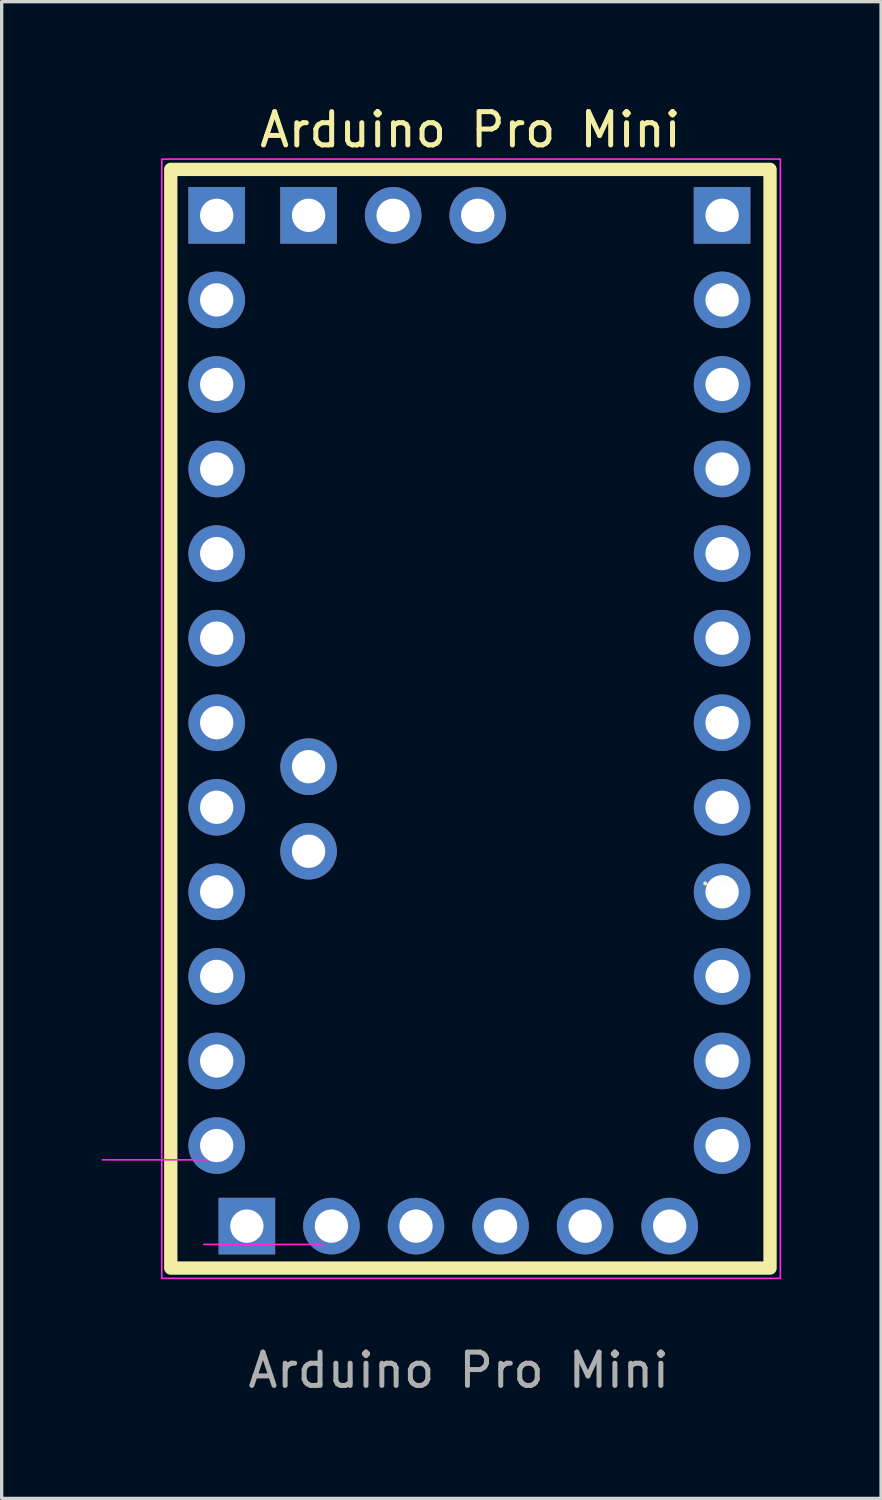
<source format=kicad_pcb>
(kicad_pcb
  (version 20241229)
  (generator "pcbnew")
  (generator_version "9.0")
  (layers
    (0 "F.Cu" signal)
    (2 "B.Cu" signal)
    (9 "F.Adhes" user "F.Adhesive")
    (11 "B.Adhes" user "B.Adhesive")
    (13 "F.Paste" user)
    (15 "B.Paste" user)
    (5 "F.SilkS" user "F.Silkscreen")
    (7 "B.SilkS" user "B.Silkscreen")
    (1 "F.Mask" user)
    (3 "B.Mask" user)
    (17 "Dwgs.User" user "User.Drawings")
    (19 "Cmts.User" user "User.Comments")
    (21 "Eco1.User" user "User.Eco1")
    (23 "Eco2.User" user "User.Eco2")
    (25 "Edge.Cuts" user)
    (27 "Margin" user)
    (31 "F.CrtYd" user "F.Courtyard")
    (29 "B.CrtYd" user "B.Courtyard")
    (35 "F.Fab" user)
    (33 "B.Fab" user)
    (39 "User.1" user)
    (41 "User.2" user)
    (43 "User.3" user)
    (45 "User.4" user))
  (footprint "Arduino Pro Mini"
    (layer "F.Cu")
    (at 10.089 16.908)
    (property "Reference" "Arduino Pro Mini" (at 0.99 -16.06 0) (unlocked yes) (layer "F.SilkS") (effects (font (size 1 1) (thickness 0.15))))
    (attr through_hole)
    (fp_line (start 8.042 6.576) (end 8.042 6.576) (stroke (width 0.12) (type solid)) (layer "F.SilkS"))
    (fp_rect (start -8.01 -14.87) (end 9.99 18.13) (stroke (width 0.4) (type solid)) (fill no) (layer "F.SilkS"))
    (fp_line (start -10.064 14.88) (end -6.464 14.88) (stroke (width 0.05) (type solid)) (layer "F.CrtYd"))
    (fp_line (start -7.016 17.42) (end -3.416 17.42) (stroke (width 0.05) (type solid)) (layer "F.CrtYd"))
    (fp_rect (start -8.28 -15.18) (end 10.3 18.44) (stroke (width 0.05) (type solid)) (fill no) (layer "F.CrtYd"))
    (fp_text user "${REFERENCE}" (at 0.64 21.2 0) (unlocked yes) (layer "F.Fab") (effects (font (size 1 1) (thickness 0.15))))
    (pad "1" thru_hole oval (at 6.976 16.87 90) (size 1.7 1.7) (drill 1) (layers "*.Cu" "*.Mask"))
    (pad "2" thru_hole oval (at -3.87 5.61 180) (size 1.7 1.7) (drill 1) (layers "*.Cu" "*.Mask"))
    (pad "2" thru_hole oval (at -0.644 16.87 90) (size 1.7 1.7) (drill 1) (layers "*.Cu" "*.Mask"))
    (pad "3" thru_hole oval (at -3.87 3.07 180) (size 1.7 1.7) (drill 1) (layers "*.Cu" "*.Mask"))
    (pad "3" thru_hole oval (at -3.184 16.87 90) (size 1.7 1.7) (drill 1) (layers "*.Cu" "*.Mask"))
    (pad "3" thru_hole oval (at 1.21 -13.49 90) (size 1.7 1.7) (drill 1) (layers "*.Cu" "*.Mask"))
    (pad "4" thru_hole rect (at -5.724 16.87 90) (size 1.7 1.7) (drill 1) (layers "*.Cu" "*.Mask"))
    (pad "5" thru_hole oval (at -6.63 14.45) (size 1.7 1.7) (drill 1) (layers "*.Cu" "*.Mask"))
    (pad "6" thru_hole oval (at -6.63 11.91) (size 1.7 1.7) (drill 1) (layers "*.Cu" "*.Mask"))
    (pad "7" thru_hole oval (at -6.63 9.37) (size 1.7 1.7) (drill 1) (layers "*.Cu" "*.Mask"))
    (pad "8" thru_hole oval (at -6.63 6.83) (size 1.7 1.7) (drill 1) (layers "*.Cu" "*.Mask"))
    (pad "10" thru_hole oval (at 8.55 9.37) (size 1.7 1.7) (drill 1) (layers "*.Cu" "*.Mask"))
    (pad "11" thru_hole oval (at 8.55 6.83) (size 1.7 1.7) (drill 1) (layers "*.Cu" "*.Mask"))
    (pad "12" thru_hole oval (at 4.436 16.87 90) (size 1.7 1.7) (drill 1) (layers "*.Cu" "*.Mask"))
    (pad "13" thru_hole oval (at 1.896 16.87 90) (size 1.7 1.7) (drill 1) (layers "*.Cu" "*.Mask"))
    (pad "A0" thru_hole oval (at -6.63 -3.33) (size 1.7 1.7) (drill 1) (layers "*.Cu" "*.Mask"))
    (pad "A1" thru_hole oval (at -6.63 -0.79) (size 1.7 1.7) (drill 1) (layers "*.Cu" "*.Mask"))
    (pad "A2" thru_hole oval (at -6.63 1.75) (size 1.7 1.7) (drill 1) (layers "*.Cu" "*.Mask"))
    (pad "A3" thru_hole oval (at -6.63 4.29) (size 1.7 1.7) (drill 1) (layers "*.Cu" "*.Mask"))
    (pad "A6" thru_hole oval (at -1.33 -13.49 90) (size 1.7 1.7) (drill 1) (layers "*.Cu" "*.Mask"))
    (pad "A7" thru_hole rect (at -3.87 -13.49 90) (size 1.7 1.7) (drill 1) (layers "*.Cu" "*.Mask"))
    (pad "D0" thru_hole oval (at 8.55 11.91) (size 1.7 1.7) (drill 1) (layers "*.Cu" "*.Mask"))
    (pad "D1" thru_hole oval (at 8.55 14.45) (size 1.7 1.7) (drill 1) (layers "*.Cu" "*.Mask"))
    (pad "D2" thru_hole oval (at 8.55 4.29) (size 1.7 1.7) (drill 1) (layers "*.Cu" "*.Mask"))
    (pad "D3" thru_hole oval (at 8.55 1.75) (size 1.7 1.7) (drill 1) (layers "*.Cu" "*.Mask"))
    (pad "D4" thru_hole oval (at 8.55 -0.79) (size 1.7 1.7) (drill 1) (layers "*.Cu" "*.Mask"))
    (pad "D5" thru_hole oval (at 8.55 -3.33) (size 1.7 1.7) (drill 1) (layers "*.Cu" "*.Mask"))
    (pad "D6" thru_hole oval (at 8.55 -5.87) (size 1.7 1.7) (drill 1) (layers "*.Cu" "*.Mask"))
    (pad "D7" thru_hole oval (at 8.55 -8.41) (size 1.7 1.7) (drill 1) (layers "*.Cu" "*.Mask"))
    (pad "D8" thru_hole oval (at 8.55 -10.95) (size 1.7 1.7) (drill 1) (layers "*.Cu" "*.Mask"))
    (pad "D9" thru_hole rect (at 8.55 -13.49) (size 1.7 1.7) (drill 1) (layers "*.Cu" "*.Mask"))
    (pad "D10" thru_hole rect (at -6.63 -13.49) (size 1.7 1.7) (drill 1) (layers "*.Cu" "*.Mask"))
    (pad "D11" thru_hole oval (at -6.63 -10.95) (size 1.7 1.7) (drill 1) (layers "*.Cu" "*.Mask"))
    (pad "D12" thru_hole oval (at -6.63 -8.41) (size 1.7 1.7) (drill 1) (layers "*.Cu" "*.Mask"))
    (pad "D13" thru_hole oval (at -6.63 -5.87) (size 1.7 1.7) (drill 1) (layers "*.Cu" "*.Mask")))
  (gr_rect
    (start -3 -3)
    (end 23.414 41.956)
    (stroke (width 0.1) (type default))
    (fill no)
    (layer "Edge.Cuts")))
</source>
